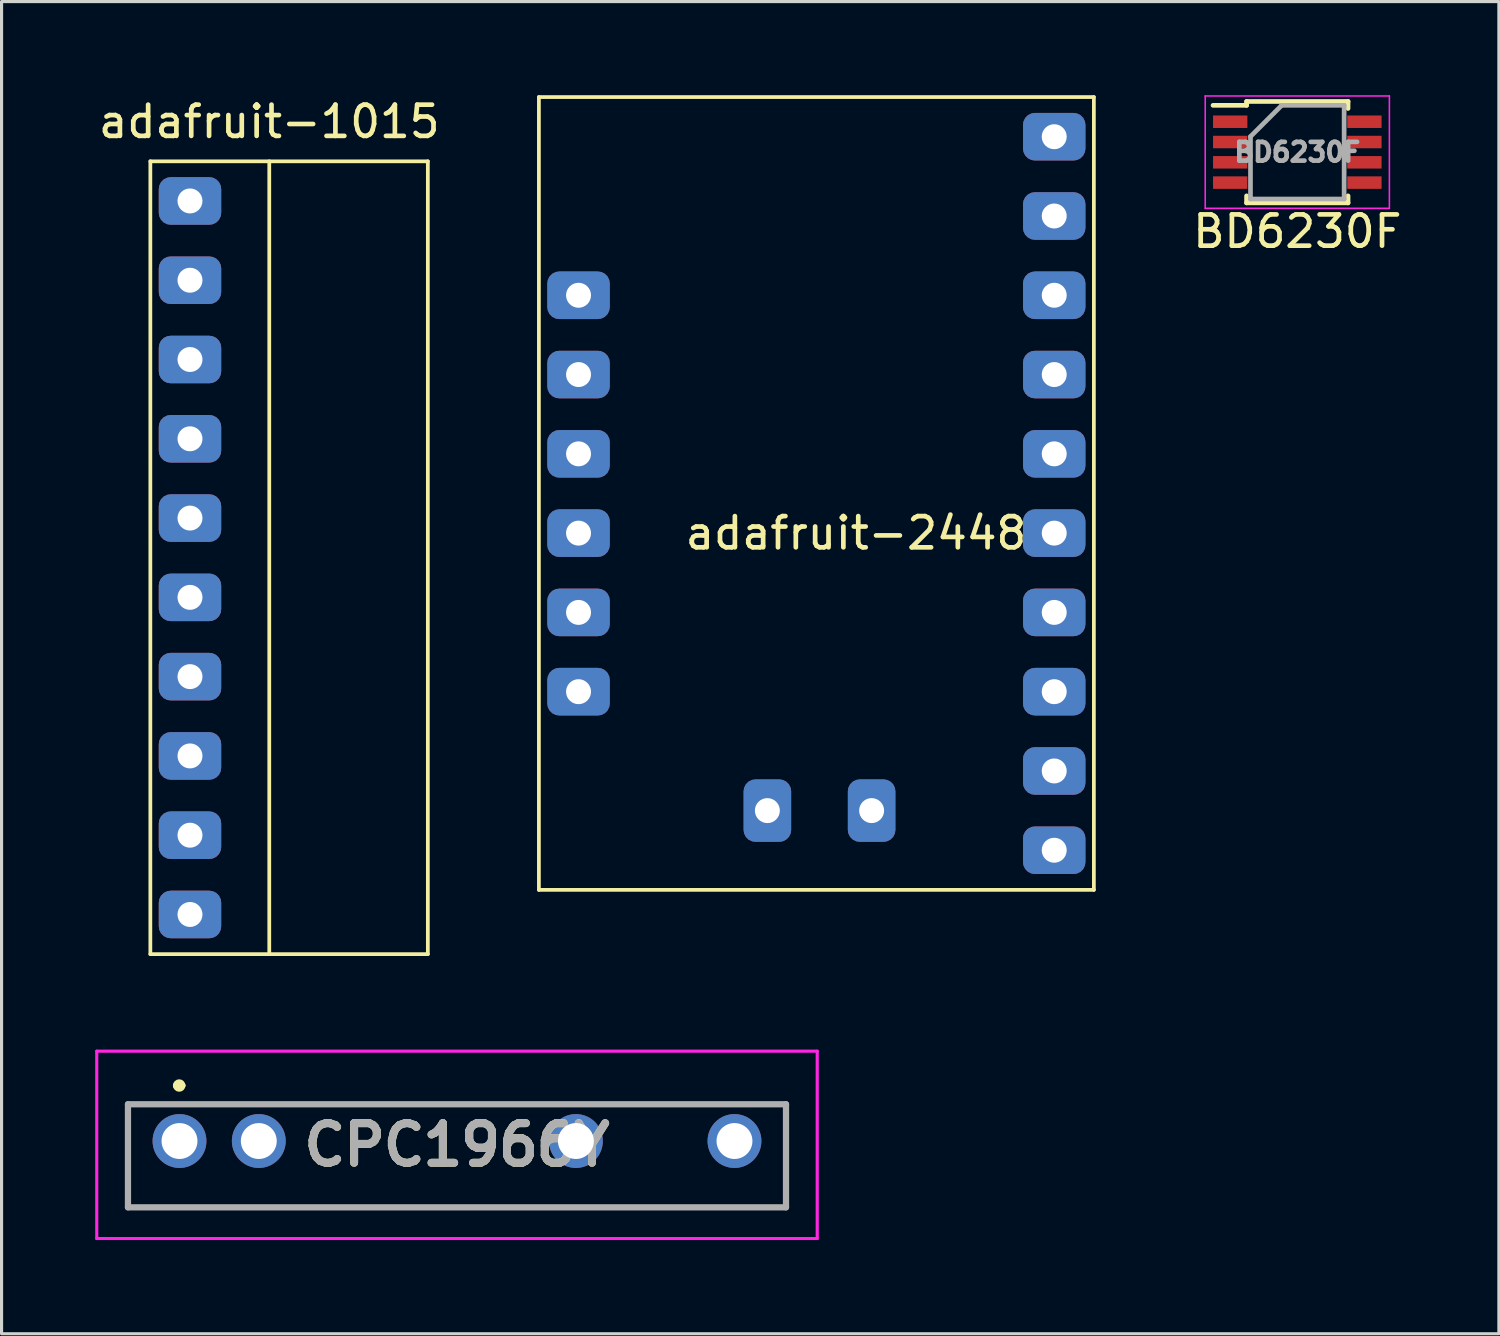
<source format=kicad_pcb>
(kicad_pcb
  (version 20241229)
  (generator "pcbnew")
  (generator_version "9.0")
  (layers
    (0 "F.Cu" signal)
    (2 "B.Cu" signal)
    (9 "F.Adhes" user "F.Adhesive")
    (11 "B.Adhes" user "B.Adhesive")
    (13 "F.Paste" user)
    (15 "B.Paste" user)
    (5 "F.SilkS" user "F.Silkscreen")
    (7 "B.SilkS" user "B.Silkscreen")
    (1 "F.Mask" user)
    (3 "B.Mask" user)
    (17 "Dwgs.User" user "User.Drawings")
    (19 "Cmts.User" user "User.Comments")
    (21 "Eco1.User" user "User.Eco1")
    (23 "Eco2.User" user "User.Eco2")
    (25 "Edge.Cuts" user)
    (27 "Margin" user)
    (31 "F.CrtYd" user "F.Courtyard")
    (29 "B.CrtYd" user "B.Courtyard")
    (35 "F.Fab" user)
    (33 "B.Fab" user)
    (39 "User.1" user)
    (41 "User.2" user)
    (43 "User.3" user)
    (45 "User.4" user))
  (footprint "CPC1966Y"
    (layer "F.Cu")
    (at 11.591 33.629)
    (property "Reference" "CPC1966Y" (at 0 0 0) (layer "F.SilkS") (effects (font (size 1.27 1.27) (thickness 0.254))))
    (attr through_hole)
    (fp_line (start -10.541 -1.301) (end 10.541 -1.301) (stroke (width 0.1) (type solid)) (layer "F.SilkS"))
    (fp_line (start -10.541 2.001) (end -10.541 -1.301) (stroke (width 0.1) (type solid)) (layer "F.SilkS"))
    (fp_line (start -9 -1.901) (end -9 -1.901) (stroke (width 0.2) (type solid)) (layer "F.SilkS"))
    (fp_line (start -8.8 -1.901) (end -8.8 -1.901) (stroke (width 0.2) (type solid)) (layer "F.SilkS"))
    (fp_line (start 10.541 -1.301) (end 10.541 2.001) (stroke (width 0.1) (type solid)) (layer "F.SilkS"))
    (fp_line (start 10.541 2.001) (end -10.541 2.001) (stroke (width 0.1) (type solid)) (layer "F.SilkS"))
    (fp_arc (start -9 -1.901) (mid -8.9 -2.001) (end -8.8 -1.901) (stroke (width 0.2) (type solid)) (layer "F.SilkS"))
    (fp_arc (start -8.8 -1.901) (mid -8.9 -1.801) (end -9 -1.901) (stroke (width 0.2) (type solid)) (layer "F.SilkS"))
    (fp_line (start -11.541 -3.001) (end 11.541 -3.001) (stroke (width 0.1) (type solid)) (layer "F.CrtYd"))
    (fp_line (start -11.541 3.001) (end -11.541 -3.001) (stroke (width 0.1) (type solid)) (layer "F.CrtYd"))
    (fp_line (start 11.541 -3.001) (end 11.541 3.001) (stroke (width 0.1) (type solid)) (layer "F.CrtYd"))
    (fp_line (start 11.541 3.001) (end -11.541 3.001) (stroke (width 0.1) (type solid)) (layer "F.CrtYd"))
    (fp_line (start -10.541 -1.301) (end 10.541 -1.301) (stroke (width 0.2) (type solid)) (layer "F.Fab"))
    (fp_line (start -10.541 2.001) (end -10.541 -1.301) (stroke (width 0.2) (type solid)) (layer "F.Fab"))
    (fp_line (start 10.541 -1.301) (end 10.541 2.001) (stroke (width 0.2) (type solid)) (layer "F.Fab"))
    (fp_line (start 10.541 2.001) (end -10.541 2.001) (stroke (width 0.2) (type solid)) (layer "F.Fab"))
    (fp_text user "${REFERENCE}" (at 0 0 0) (layer "F.Fab") (effects (font (size 1.27 1.27) (thickness 0.254))))
    (pad "1" thru_hole circle (at -8.89 -0.123) (size 1.725 1.725) (drill 1.15) (layers "*.Cu" "*.Mask"))
    (pad "2" thru_hole circle (at -6.35 -0.123) (size 1.725 1.725) (drill 1.15) (layers "*.Cu" "*.Mask"))
    (pad "3" thru_hole circle (at 3.81 -0.123) (size 1.725 1.725) (drill 1.15) (layers "*.Cu" "*.Mask"))
    (pad "4" thru_hole circle (at 8.89 -0.123) (size 1.725 1.725) (drill 1.15) (layers "*.Cu" "*.Mask")))
  (footprint "adafruit-1015"
    (layer "F.Cu")
    (at 3.037 14.818)
    (property "Reference" "adafruit-1015" (at 2.54 -13.97 0) (layer "F.SilkS") (effects (font (size 1 1) (thickness 0.15))))
    (attr through_hole)
    (fp_line (start -1.27 -12.7) (end -1.27 12.7) (stroke (width 0.12) (type solid)) (layer "F.SilkS"))
    (fp_line (start -1.27 12.7) (end 7.62 12.7) (stroke (width 0.12) (type solid)) (layer "F.SilkS"))
    (fp_line (start 2.54 -12.7) (end 2.54 12.7) (stroke (width 0.12) (type solid)) (layer "F.SilkS"))
    (fp_line (start 7.62 -12.7) (end -1.27 -12.7) (stroke (width 0.12) (type solid)) (layer "F.SilkS"))
    (fp_line (start 7.62 12.7) (end 7.62 -12.7) (stroke (width 0.12) (type solid)) (layer "F.SilkS"))
    (pad "1" thru_hole roundrect (at 0 -11.43) (size 2 1.524) (drill 0.8) (layers "*.Cu" "*.Mask") (roundrect_rratio 0.25))
    (pad "2" thru_hole roundrect (at 0 -8.89) (size 2 1.524) (drill 0.8) (layers "*.Cu" "*.Mask") (roundrect_rratio 0.25))
    (pad "3" thru_hole roundrect (at 0 -6.35) (size 2 1.524) (drill 0.8) (layers "*.Cu" "*.Mask") (roundrect_rratio 0.25))
    (pad "4" thru_hole roundrect (at 0 -3.81) (size 2 1.524) (drill 0.8) (layers "*.Cu" "*.Mask") (roundrect_rratio 0.25))
    (pad "5" thru_hole roundrect (at 0 -1.27) (size 2 1.524) (drill 0.8) (layers "*.Cu" "*.Mask") (roundrect_rratio 0.25))
    (pad "6" thru_hole roundrect (at 0 1.27) (size 2 1.524) (drill 0.8) (layers "*.Cu" "*.Mask") (roundrect_rratio 0.25))
    (pad "7" thru_hole roundrect (at 0 3.81) (size 2 1.524) (drill 0.8) (layers "*.Cu" "*.Mask") (roundrect_rratio 0.25))
    (pad "8" thru_hole roundrect (at 0 6.35) (size 2 1.524) (drill 0.8) (layers "*.Cu" "*.Mask") (roundrect_rratio 0.25))
    (pad "9" thru_hole roundrect (at 0 8.89) (size 2 1.524) (drill 0.8) (layers "*.Cu" "*.Mask") (roundrect_rratio 0.25))
    (pad "10" thru_hole roundrect (at 0 11.43) (size 2 1.524) (drill 0.8) (layers "*.Cu" "*.Mask") (roundrect_rratio 0.25)))
  (footprint "BD6230F"
    (layer "F.Cu")
    (at 38.513 1.825)
    (property "Reference" "BD6230F" (at 0 2.54 0) (layer "F.SilkS") (effects (font (size 1 1) (thickness 0.15))))
    (attr through_hole)
    (fp_line (start -1.625 -1.625) (end -1.625 -1.5) (stroke (width 0.15) (type solid)) (layer "F.SilkS"))
    (fp_line (start -1.625 -1.625) (end 1.625 -1.625) (stroke (width 0.15) (type solid)) (layer "F.SilkS"))
    (fp_line (start -1.625 -1.5) (end -2.7 -1.5) (stroke (width 0.15) (type solid)) (layer "F.SilkS"))
    (fp_line (start -1.625 1.625) (end -1.625 1.4) (stroke (width 0.15) (type solid)) (layer "F.SilkS"))
    (fp_line (start -1.625 1.625) (end 1.625 1.625) (stroke (width 0.15) (type solid)) (layer "F.SilkS"))
    (fp_line (start 1.625 -1.625) (end 1.625 -1.4) (stroke (width 0.15) (type solid)) (layer "F.SilkS"))
    (fp_line (start 1.625 1.625) (end 1.625 1.4) (stroke (width 0.15) (type solid)) (layer "F.SilkS"))
    (fp_line (start -2.95 -1.8) (end -2.95 1.8) (stroke (width 0.05) (type solid)) (layer "F.CrtYd"))
    (fp_line (start -2.95 -1.8) (end 2.95 -1.8) (stroke (width 0.05) (type solid)) (layer "F.CrtYd"))
    (fp_line (start -2.95 1.8) (end 2.95 1.8) (stroke (width 0.05) (type solid)) (layer "F.CrtYd"))
    (fp_line (start 2.95 -1.8) (end 2.95 1.8) (stroke (width 0.05) (type solid)) (layer "F.CrtYd"))
    (fp_line (start -1.5 -0.5) (end -0.5 -1.5) (stroke (width 0.15) (type solid)) (layer "F.Fab"))
    (fp_line (start -1.5 1.5) (end -1.5 -0.5) (stroke (width 0.15) (type solid)) (layer "F.Fab"))
    (fp_line (start -0.5 -1.5) (end 1.5 -1.5) (stroke (width 0.15) (type solid)) (layer "F.Fab"))
    (fp_line (start 1.5 -1.5) (end 1.5 1.5) (stroke (width 0.15) (type solid)) (layer "F.Fab"))
    (fp_line (start 1.5 1.5) (end -1.5 1.5) (stroke (width 0.15) (type solid)) (layer "F.Fab"))
    (fp_text user "${REFERENCE}" (at 0 0 0) (layer "F.Fab") (effects (font (size 0.6 0.6) (thickness 0.15))))
    (pad "1" smd rect (at -2.15 -0.975) (size 1.1 0.4) (layers "F.Cu" "F.Mask" "F.Paste"))
    (pad "2" smd rect (at -2.15 -0.325) (size 1.1 0.4) (layers "F.Cu" "F.Mask" "F.Paste"))
    (pad "3" smd rect (at -2.15 0.325) (size 1.1 0.4) (layers "F.Cu" "F.Mask" "F.Paste"))
    (pad "4" smd rect (at -2.15 0.975) (size 1.1 0.4) (layers "F.Cu" "F.Mask" "F.Paste"))
    (pad "5" smd rect (at 2.15 0.975) (size 1.1 0.4) (layers "F.Cu" "F.Mask" "F.Paste"))
    (pad "6" smd rect (at 2.15 0.325) (size 1.1 0.4) (layers "F.Cu" "F.Mask" "F.Paste"))
    (pad "7" smd rect (at 2.15 -0.325) (size 1.1 0.4) (layers "F.Cu" "F.Mask" "F.Paste"))
    (pad "8" smd rect (at 2.15 -0.975) (size 1.1 0.4) (layers "F.Cu" "F.Mask" "F.Paste")))
  (footprint "adafruit-2448"
    (layer "F.Cu")
    (at 23.105 12.76)
    (property "Reference" "adafruit-2448" (at 1.27 1.27 0) (layer "F.SilkS") (effects (font (size 1 1) (thickness 0.15))))
    (attr through_hole)
    (fp_line (start -8.89 -12.7) (end -8.89 12.7) (stroke (width 0.12) (type solid)) (layer "F.SilkS"))
    (fp_line (start -8.89 12.7) (end 8.89 12.7) (stroke (width 0.12) (type solid)) (layer "F.SilkS"))
    (fp_line (start 8.89 -12.7) (end -8.89 -12.7) (stroke (width 0.12) (type solid)) (layer "F.SilkS"))
    (fp_line (start 8.89 12.7) (end 8.89 -12.7) (stroke (width 0.12) (type solid)) (layer "F.SilkS"))
    (pad "1" thru_hole roundrect (at -7.62 -6.35) (size 2 1.524) (drill 0.8) (layers "*.Cu" "*.Mask") (roundrect_rratio 0.25))
    (pad "2" thru_hole roundrect (at -7.62 -3.81) (size 2 1.524) (drill 0.8) (layers "*.Cu" "*.Mask") (roundrect_rratio 0.25))
    (pad "3" thru_hole roundrect (at -7.62 -1.27) (size 2 1.524) (drill 0.8) (layers "*.Cu" "*.Mask") (roundrect_rratio 0.25))
    (pad "4" thru_hole roundrect (at -7.62 1.27) (size 2 1.524) (drill 0.8) (layers "*.Cu" "*.Mask") (roundrect_rratio 0.25))
    (pad "5" thru_hole roundrect (at -7.62 3.81) (size 2 1.524) (drill 0.8) (layers "*.Cu" "*.Mask") (roundrect_rratio 0.25))
    (pad "6" thru_hole roundrect (at -7.62 6.35) (size 2 1.524) (drill 0.8) (layers "*.Cu" "*.Mask") (roundrect_rratio 0.25))
    (pad "7" thru_hole roundrect (at -1.57 10.16 90) (size 2 1.524) (drill 0.8) (layers "*.Cu" "*.Mask") (roundrect_rratio 0.25))
    (pad "8" thru_hole roundrect (at 1.77 10.16 90) (size 2 1.524) (drill 0.8) (layers "*.Cu" "*.Mask") (roundrect_rratio 0.25))
    (pad "9" thru_hole roundrect (at 7.62 11.43) (size 2 1.524) (drill 0.8) (layers "*.Cu" "*.Mask") (roundrect_rratio 0.25))
    (pad "10" thru_hole roundrect (at 7.62 8.89) (size 2 1.524) (drill 0.8) (layers "*.Cu" "*.Mask") (roundrect_rratio 0.25))
    (pad "11" thru_hole roundrect (at 7.62 6.35) (size 2 1.524) (drill 0.8) (layers "*.Cu" "*.Mask") (roundrect_rratio 0.25))
    (pad "12" thru_hole roundrect (at 7.62 3.81) (size 2 1.524) (drill 0.8) (layers "*.Cu" "*.Mask") (roundrect_rratio 0.25))
    (pad "13" thru_hole roundrect (at 7.62 1.27) (size 2 1.524) (drill 0.8) (layers "*.Cu" "*.Mask") (roundrect_rratio 0.25))
    (pad "14" thru_hole roundrect (at 7.62 -1.27) (size 2 1.524) (drill 0.8) (layers "*.Cu" "*.Mask") (roundrect_rratio 0.25))
    (pad "15" thru_hole roundrect (at 7.62 -3.81) (size 2 1.524) (drill 0.8) (layers "*.Cu" "*.Mask") (roundrect_rratio 0.25))
    (pad "16" thru_hole roundrect (at 7.62 -6.35) (size 2 1.524) (drill 0.8) (layers "*.Cu" "*.Mask") (roundrect_rratio 0.25))
    (pad "17" thru_hole roundrect (at 7.62 -8.89) (size 2 1.524) (drill 0.8) (layers "*.Cu" "*.Mask") (roundrect_rratio 0.25))
    (pad "18" thru_hole roundrect (at 7.62 -11.43) (size 2 1.524) (drill 0.8) (layers "*.Cu" "*.Mask") (roundrect_rratio 0.25)))
  (gr_rect
    (start -3 -3)
    (end 44.971 39.68)
    (stroke (width 0.1) (type default))
    (fill no)
    (layer "Edge.Cuts")))
</source>
